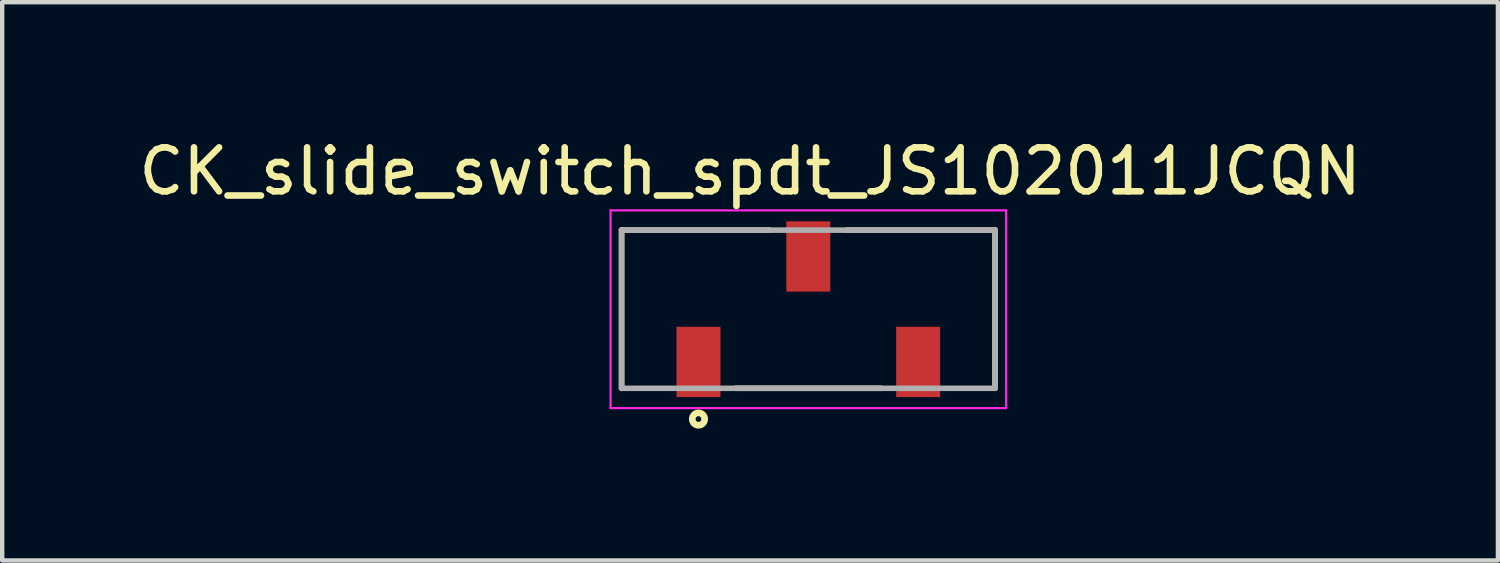
<source format=kicad_pcb>
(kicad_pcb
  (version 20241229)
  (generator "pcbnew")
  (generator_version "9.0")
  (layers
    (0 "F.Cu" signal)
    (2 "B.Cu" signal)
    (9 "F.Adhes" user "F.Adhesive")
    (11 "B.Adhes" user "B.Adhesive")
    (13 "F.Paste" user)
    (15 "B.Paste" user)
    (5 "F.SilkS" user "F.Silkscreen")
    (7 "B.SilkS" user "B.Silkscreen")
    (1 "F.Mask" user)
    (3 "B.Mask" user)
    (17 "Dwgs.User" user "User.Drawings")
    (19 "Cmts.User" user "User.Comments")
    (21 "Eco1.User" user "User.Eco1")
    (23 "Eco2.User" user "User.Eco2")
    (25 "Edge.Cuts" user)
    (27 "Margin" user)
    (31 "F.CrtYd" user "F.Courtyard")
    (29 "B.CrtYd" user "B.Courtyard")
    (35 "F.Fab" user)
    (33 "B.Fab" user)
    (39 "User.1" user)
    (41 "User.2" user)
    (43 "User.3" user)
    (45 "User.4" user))
  (footprint "CK_slide_switch_spdt_JS102011JCQN"
    (layer "F.Cu")
    (at 15.346 3.987)
    (property "Reference" "CK_slide_switch_spdt_JS102011JCQN" (at -1.326 -3.138 0) (layer "F.SilkS") (effects (font (size 1.001 1.001) (thickness 0.15))))
    (attr smd)
    (fp_line (start -4.25 -1.8) (end -0.88 -1.8) (stroke (width 0.127) (type solid)) (layer "F.SilkS"))
    (fp_line (start -4.25 1.8) (end -4.25 -1.8) (stroke (width 0.127) (type solid)) (layer "F.SilkS"))
    (fp_line (start 0.88 -1.8) (end 4.25 -1.8) (stroke (width 0.127) (type solid)) (layer "F.SilkS"))
    (fp_line (start 1.66 1.8) (end -1.66 1.8) (stroke (width 0.127) (type solid)) (layer "F.SilkS"))
    (fp_line (start 4.25 -1.8) (end 4.25 1.8) (stroke (width 0.127) (type solid)) (layer "F.SilkS"))
    (fp_circle (center -2.5 2.5) (end -2.359 2.5) (stroke (width 0.152) (type solid)) (fill no) (layer "F.SilkS"))
    (fp_line (start -4.5 -2.25) (end 4.5 -2.25) (stroke (width 0.05) (type solid)) (layer "F.CrtYd"))
    (fp_line (start -4.5 2.25) (end -4.5 -2.25) (stroke (width 0.05) (type solid)) (layer "F.CrtYd"))
    (fp_line (start 4.5 -2.25) (end 4.5 2.25) (stroke (width 0.05) (type solid)) (layer "F.CrtYd"))
    (fp_line (start 4.5 2.25) (end -4.5 2.25) (stroke (width 0.05) (type solid)) (layer "F.CrtYd"))
    (fp_line (start -4.25 -1.8) (end 4.25 -1.8) (stroke (width 0.127) (type solid)) (layer "F.Fab"))
    (fp_line (start -4.25 1.8) (end -4.25 -1.8) (stroke (width 0.127) (type solid)) (layer "F.Fab"))
    (fp_line (start 4.25 -1.8) (end 4.25 1.8) (stroke (width 0.127) (type solid)) (layer "F.Fab"))
    (fp_line (start 4.25 1.8) (end -4.25 1.8) (stroke (width 0.127) (type solid)) (layer "F.Fab"))
    (pad "1" smd rect (at -2.5 1.2 90) (size 1.6 1) (layers "F.Cu" "F.Mask" "F.Paste"))
    (pad "2" smd rect (at 0 -1.2 90) (size 1.6 1) (layers "F.Cu" "F.Mask" "F.Paste"))
    (pad "3" smd rect (at 2.5 1.2 90) (size 1.6 1) (layers "F.Cu" "F.Mask" "F.Paste")))
  (gr_rect
    (start -3 -3)
    (end 31.04 9.705)
    (stroke (width 0.1) (type default))
    (fill no)
    (layer "Edge.Cuts")))
</source>
